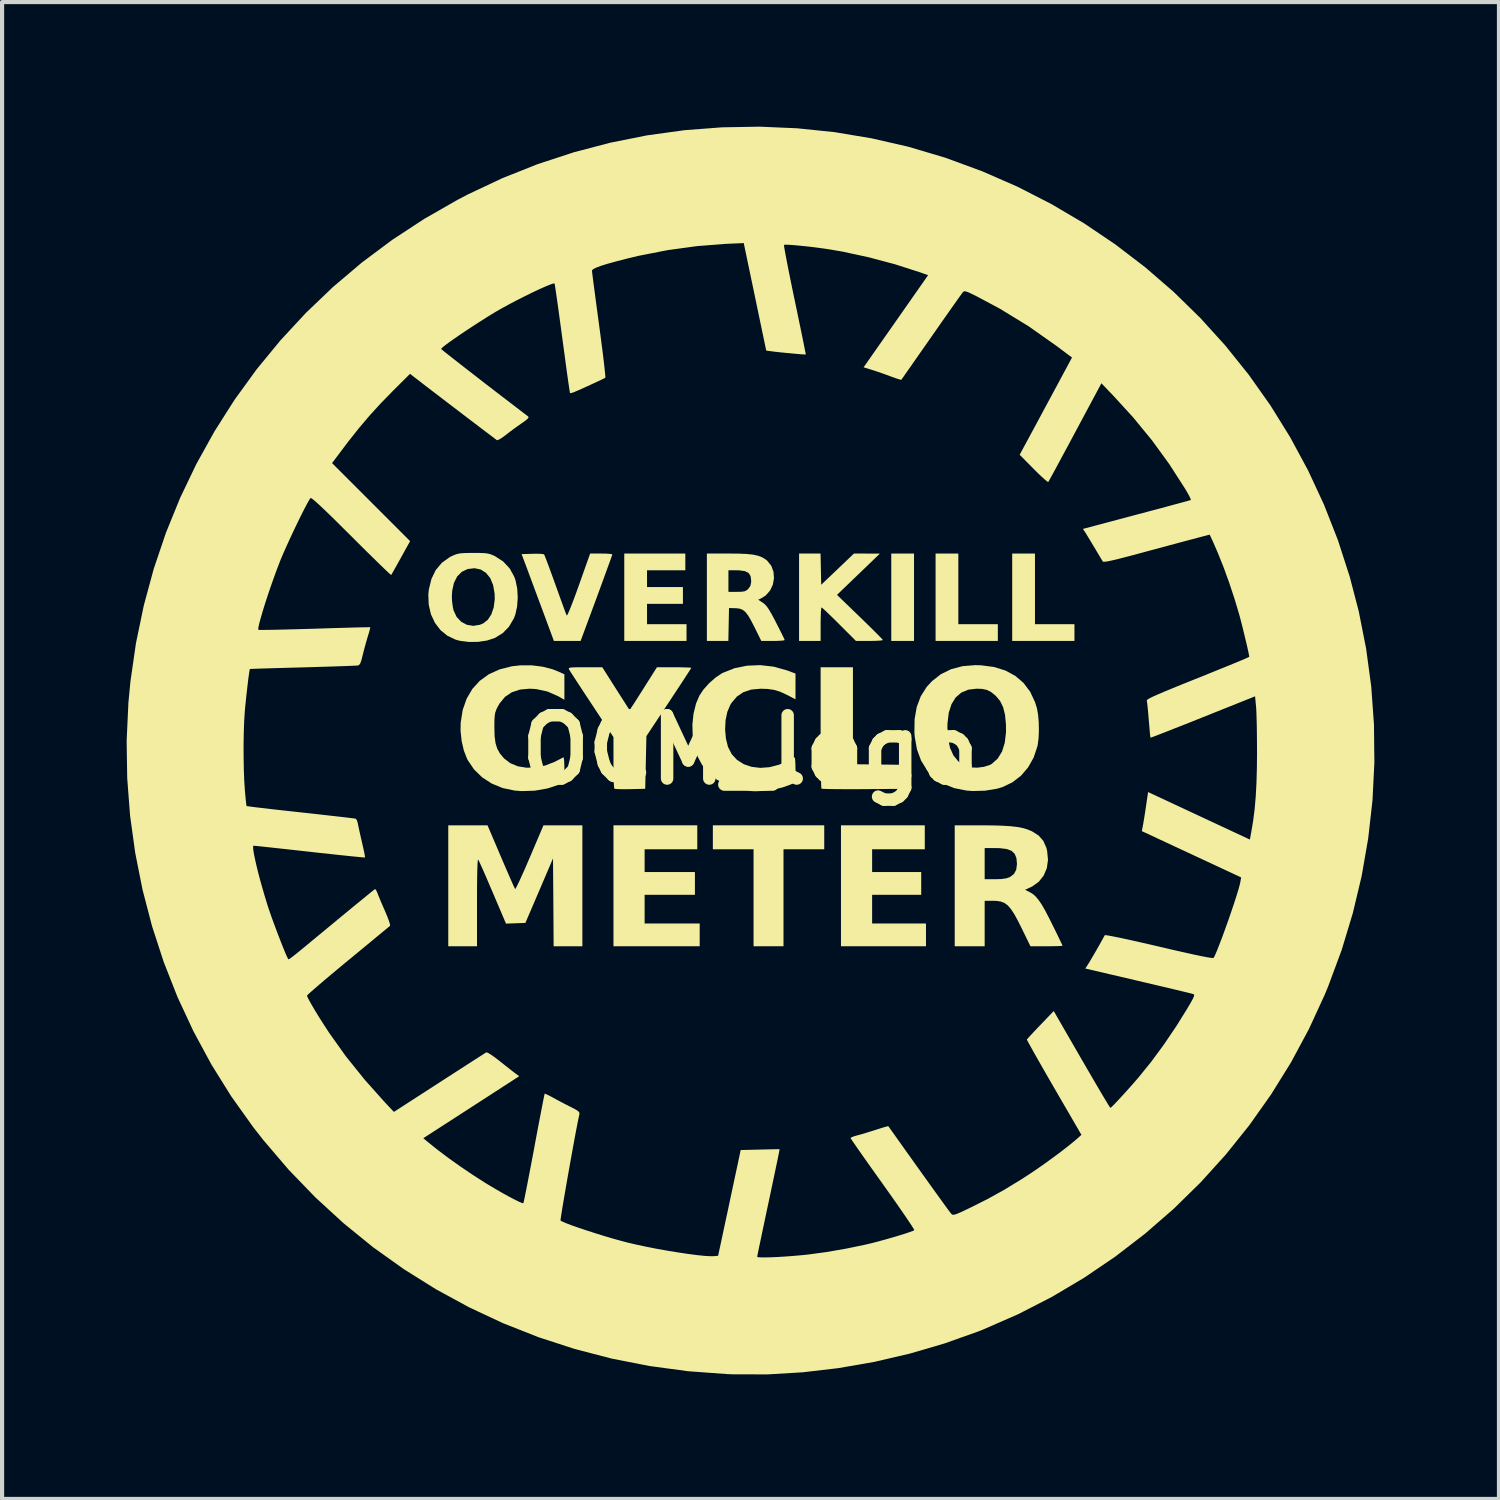
<source format=kicad_pcb>
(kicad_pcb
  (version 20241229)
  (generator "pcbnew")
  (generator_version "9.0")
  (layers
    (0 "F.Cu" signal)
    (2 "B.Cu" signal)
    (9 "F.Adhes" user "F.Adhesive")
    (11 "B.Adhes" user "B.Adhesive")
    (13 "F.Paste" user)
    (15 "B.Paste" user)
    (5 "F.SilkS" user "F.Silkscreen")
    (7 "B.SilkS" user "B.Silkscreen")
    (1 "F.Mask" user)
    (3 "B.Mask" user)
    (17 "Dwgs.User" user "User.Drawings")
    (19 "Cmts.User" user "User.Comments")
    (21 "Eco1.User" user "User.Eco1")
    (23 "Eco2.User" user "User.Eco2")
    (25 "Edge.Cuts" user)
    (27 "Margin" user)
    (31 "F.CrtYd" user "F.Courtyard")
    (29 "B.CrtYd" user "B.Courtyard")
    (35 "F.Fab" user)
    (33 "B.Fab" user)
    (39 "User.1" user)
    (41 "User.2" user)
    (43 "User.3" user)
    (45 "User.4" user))
  (footprint "OCM_logo"
    (layer "F.Cu")
    (at 15.009 15.007)
    (property "Reference" "OCM_logo" (at 0 0 0) (layer "F.SilkS") (effects (font (size 1.524 1.524) (thickness 0.3))))
    (attr board_only exclude_from_pos_files exclude_from_bom)
    (fp_poly (pts (xy 3.95 -2.624) (xy 3.402 -2.624) (xy 3.402 -4.728) (xy 3.95 -4.728)) (stroke (width 0) (type solid)) (fill yes) (layer "F.SilkS"))
    (fp_poly (pts (xy 5.017 -3.027) (xy 5.968 -3.027) (xy 5.968 -2.624) (xy 4.469 -2.624) (xy 4.469 -4.728) (xy 5.017 -4.728)) (stroke (width 0) (type solid)) (fill yes) (layer "F.SilkS"))
    (fp_poly (pts (xy 6.862 -3.027) (xy 7.813 -3.027) (xy 7.813 -2.624) (xy 6.314 -2.624) (xy 6.314 -4.728) (xy 6.862 -4.728)) (stroke (width 0) (type solid)) (fill yes) (layer "F.SilkS"))
    (fp_poly (pts (xy 1.788 2.393) (xy 0.807 2.393) (xy 0.807 4.728) (xy 0.086 4.728) (xy 0.086 2.393) (xy -0.894 2.393) (xy -0.894 1.816) (xy 1.788 1.816)) (stroke (width 0) (type solid)) (fill yes) (layer "F.SilkS"))
    (fp_poly (pts (xy -1.557 -4.325) (xy -2.479 -4.325) (xy -2.479 -3.921) (xy -1.615 -3.921) (xy -1.615 -3.517) (xy -2.479 -3.517) (xy -2.479 -3.027) (xy -1.528 -3.027) (xy -1.528 -2.624) (xy -3.027 -2.624) (xy -3.027 -4.728) (xy -1.557 -4.728)) (stroke (width 0) (type solid)) (fill yes) (layer "F.SilkS"))
    (fp_poly (pts (xy -1.269 2.393) (xy -2.537 2.393) (xy -2.537 2.941) (xy -1.326 2.941) (xy -1.326 3.489) (xy -2.537 3.489) (xy -2.537 4.18) (xy -1.211 4.18) (xy -1.211 4.728) (xy -3.287 4.728) (xy -3.287 1.816) (xy -1.269 1.816)) (stroke (width 0) (type solid)) (fill yes) (layer "F.SilkS"))
    (fp_poly (pts (xy 4.209 2.393) (xy 2.941 2.393) (xy 2.941 2.941) (xy 4.123 2.941) (xy 4.123 3.489) (xy 2.941 3.489) (xy 2.941 4.18) (xy 4.238 4.18) (xy 4.238 4.728) (xy 2.191 4.728) (xy 2.191 1.816) (xy 4.209 1.816)) (stroke (width 0) (type solid)) (fill yes) (layer "F.SilkS"))
    (fp_poly (pts (xy 2.479 0.345) (xy 3.791 0.36) (xy 3.791 0.937) (xy 2.766 0.945) (xy 2.528 0.946) (xy 2.309 0.946) (xy 2.114 0.945) (xy 1.952 0.943) (xy 1.828 0.94) (xy 1.748 0.937) (xy 1.721 0.933) (xy 1.717 0.901) (xy 1.713 0.817) (xy 1.71 0.686) (xy 1.707 0.515) (xy 1.705 0.308) (xy 1.703 0.071) (xy 1.702 -0.191) (xy 1.701 -0.471) (xy 1.701 -0.538) (xy 1.701 -1.989) (xy 2.479 -1.989)) (stroke (width 0) (type solid)) (fill yes) (layer "F.SilkS"))
    (fp_poly (pts (xy 1.707 -4.352) (xy 1.715 -3.977) (xy 2.109 -4.352) (xy 2.503 -4.728) (xy 3.128 -4.727) (xy 2.612 -4.23) (xy 2.095 -3.733) (xy 2.647 -3.2) (xy 2.794 -3.057) (xy 2.926 -2.928) (xy 3.038 -2.816) (xy 3.125 -2.728) (xy 3.181 -2.669) (xy 3.2 -2.645) (xy 3.173 -2.637) (xy 3.1 -2.63) (xy 2.993 -2.625) (xy 2.875 -2.624) (xy 2.551 -2.624) (xy 2.148 -3.027) (xy 2.023 -3.151) (xy 1.912 -3.259) (xy 1.821 -3.346) (xy 1.756 -3.405) (xy 1.725 -3.43) (xy 1.723 -3.431) (xy 1.715 -3.404) (xy 1.708 -3.329) (xy 1.704 -3.218) (xy 1.701 -3.08) (xy 1.701 -3.027) (xy 1.701 -2.624) (xy 1.182 -2.624) (xy 1.182 -4.728) (xy 1.699 -4.728)) (stroke (width 0) (type solid)) (fill yes) (layer "F.SilkS"))
    (fp_poly (pts (xy -5.997 2.573) (xy -5.913 2.769) (xy -5.836 2.947) (xy -5.769 3.101) (xy -5.715 3.224) (xy -5.676 3.309) (xy -5.656 3.349) (xy -5.655 3.351) (xy -5.639 3.331) (xy -5.604 3.264) (xy -5.552 3.157) (xy -5.488 3.015) (xy -5.412 2.846) (xy -5.33 2.655) (xy -5.304 2.595) (xy -4.973 1.817) (xy -4.505 1.817) (xy -4.036 1.816) (xy -4.036 4.728) (xy -4.728 4.728) (xy -4.735 3.671) (xy -4.743 2.613) (xy -5.075 3.39) (xy -5.408 4.166) (xy -5.875 4.183) (xy -6.198 3.425) (xy -6.282 3.229) (xy -6.359 3.049) (xy -6.427 2.894) (xy -6.483 2.77) (xy -6.523 2.683) (xy -6.545 2.642) (xy -6.547 2.639) (xy -6.554 2.66) (xy -6.56 2.735) (xy -6.565 2.861) (xy -6.569 3.035) (xy -6.572 3.253) (xy -6.573 3.512) (xy -6.573 3.67) (xy -6.573 4.728) (xy -7.265 4.728) (xy -7.265 1.816) (xy -6.32 1.816)) (stroke (width 0) (type solid)) (fill yes) (layer "F.SilkS"))
    (fp_poly (pts (xy -3.466 -4.726) (xy -3.376 -4.72) (xy -3.323 -4.712) (xy -3.315 -4.707) (xy -3.325 -4.676) (xy -3.352 -4.597) (xy -3.396 -4.476) (xy -3.453 -4.319) (xy -3.521 -4.132) (xy -3.598 -3.921) (xy -3.683 -3.692) (xy -3.696 -3.654) (xy -4.078 -2.624) (xy -4.722 -2.624) (xy -5.018 -3.424) (xy -5.099 -3.641) (xy -5.178 -3.853) (xy -5.251 -4.051) (xy -5.316 -4.225) (xy -5.368 -4.365) (xy -5.404 -4.462) (xy -5.407 -4.469) (xy -5.499 -4.714) (xy -5.239 -4.722) (xy -5.121 -4.724) (xy -5.026 -4.72) (xy -4.968 -4.712) (xy -4.958 -4.708) (xy -4.943 -4.675) (xy -4.912 -4.596) (xy -4.867 -4.478) (xy -4.811 -4.327) (xy -4.747 -4.151) (xy -4.685 -3.979) (xy -4.616 -3.787) (xy -4.553 -3.612) (xy -4.498 -3.461) (xy -4.455 -3.343) (xy -4.425 -3.265) (xy -4.413 -3.235) (xy -4.398 -3.25) (xy -4.367 -3.315) (xy -4.322 -3.423) (xy -4.265 -3.569) (xy -4.198 -3.747) (xy -4.124 -3.952) (xy -4.121 -3.962) (xy -3.849 -4.728) (xy -3.582 -4.728)) (stroke (width 0) (type solid)) (fill yes) (layer "F.SilkS"))
    (fp_poly (pts (xy -3.228 -1.473) (xy -2.899 -0.957) (xy -2.839 -1.048) (xy -2.803 -1.102) (xy -2.744 -1.195) (xy -2.667 -1.316) (xy -2.578 -1.456) (xy -2.51 -1.564) (xy -2.241 -1.989) (xy -1.827 -1.989) (xy -1.68 -1.989) (xy -1.556 -1.986) (xy -1.465 -1.983) (xy -1.417 -1.979) (xy -1.413 -1.977) (xy -1.428 -1.951) (xy -1.472 -1.882) (xy -1.54 -1.777) (xy -1.629 -1.64) (xy -1.735 -1.479) (xy -1.855 -1.297) (xy -1.953 -1.148) (xy -2.494 -0.332) (xy -2.508 0.303) (xy -2.523 0.937) (xy -2.885 0.945) (xy -3.024 0.947) (xy -3.141 0.945) (xy -3.226 0.941) (xy -3.266 0.934) (xy -3.267 0.933) (xy -3.273 0.899) (xy -3.278 0.817) (xy -3.282 0.694) (xy -3.285 0.54) (xy -3.287 0.364) (xy -3.287 0.303) (xy -3.287 -0.307) (xy -3.805 -1.092) (xy -3.932 -1.284) (xy -4.049 -1.462) (xy -4.153 -1.621) (xy -4.24 -1.754) (xy -4.305 -1.854) (xy -4.344 -1.917) (xy -4.354 -1.933) (xy -4.364 -1.955) (xy -4.359 -1.97) (xy -4.332 -1.98) (xy -4.275 -1.986) (xy -4.179 -1.989) (xy -4.036 -1.989) (xy -3.97 -1.989) (xy -3.556 -1.989)) (stroke (width 0) (type solid)) (fill yes) (layer "F.SilkS"))
    (fp_poly (pts (xy 0.566 -2.005) (xy 0.88 -1.918) (xy 0.895 -1.913) (xy 1.096 -1.838) (xy 1.096 -1.218) (xy 0.915 -1.313) (xy 0.744 -1.394) (xy 0.586 -1.444) (xy 0.419 -1.468) (xy 0.26 -1.473) (xy 0.032 -1.453) (xy -0.158 -1.391) (xy -0.316 -1.283) (xy -0.447 -1.129) (xy -0.476 -1.081) (xy -0.546 -0.914) (xy -0.588 -0.713) (xy -0.599 -0.494) (xy -0.58 -0.275) (xy -0.53 -0.073) (xy -0.441 0.101) (xy -0.312 0.241) (xy -0.15 0.344) (xy 0.04 0.408) (xy 0.249 0.433) (xy 0.472 0.416) (xy 0.702 0.356) (xy 0.894 0.271) (xy 0.98 0.226) (xy 1.046 0.192) (xy 1.074 0.178) (xy 1.083 0.201) (xy 1.09 0.27) (xy 1.094 0.374) (xy 1.096 0.475) (xy 1.096 0.782) (xy 0.97 0.837) (xy 0.78 0.905) (xy 0.559 0.956) (xy 0.332 0.988) (xy 0.12 0.996) (xy 0.029 0.991) (xy -0.29 0.936) (xy -0.567 0.844) (xy -0.806 0.711) (xy -1.009 0.538) (xy -1.156 0.357) (xy -1.263 0.155) (xy -1.338 -0.081) (xy -1.379 -0.339) (xy -1.387 -0.606) (xy -1.36 -0.87) (xy -1.299 -1.117) (xy -1.217 -1.309) (xy -1.118 -1.456) (xy -0.983 -1.606) (xy -0.83 -1.741) (xy -0.678 -1.843) (xy -0.657 -1.854) (xy -0.375 -1.966) (xy -0.07 -2.028) (xy 0.246 -2.041)) (stroke (width 0) (type solid)) (fill yes) (layer "F.SilkS"))
    (fp_poly (pts (xy -0.27 -4.726) (xy -0.079 -4.718) (xy 0.071 -4.702) (xy 0.19 -4.677) (xy 0.285 -4.641) (xy 0.366 -4.594) (xy 0.417 -4.553) (xy 0.513 -4.433) (xy 0.566 -4.289) (xy 0.578 -4.133) (xy 0.55 -3.978) (xy 0.484 -3.837) (xy 0.381 -3.721) (xy 0.3 -3.667) (xy 0.199 -3.615) (xy 0.308 -3.545) (xy 0.357 -3.507) (xy 0.404 -3.455) (xy 0.457 -3.379) (xy 0.52 -3.271) (xy 0.6 -3.122) (xy 0.626 -3.07) (xy 0.697 -2.931) (xy 0.758 -2.81) (xy 0.804 -2.716) (xy 0.831 -2.658) (xy 0.835 -2.645) (xy 0.809 -2.636) (xy 0.737 -2.629) (xy 0.632 -2.624) (xy 0.554 -2.624) (xy 0.272 -2.624) (xy 0.115 -2.942) (xy 0.028 -3.112) (xy -0.045 -3.236) (xy -0.11 -3.32) (xy -0.176 -3.373) (xy -0.248 -3.401) (xy -0.335 -3.412) (xy -0.351 -3.412) (xy -0.505 -3.416) (xy -0.513 -3.02) (xy -0.521 -2.624) (xy -1.038 -2.624) (xy -1.038 -3.806) (xy -0.519 -3.806) (xy -0.316 -3.806) (xy -0.204 -3.808) (xy -0.131 -3.819) (xy -0.081 -3.843) (xy -0.042 -3.876) (xy 0.008 -3.946) (xy 0.028 -4.034) (xy 0.029 -4.076) (xy 0.015 -4.185) (xy -0.033 -4.259) (xy -0.119 -4.304) (xy -0.251 -4.323) (xy -0.321 -4.325) (xy -0.519 -4.325) (xy -0.519 -3.806) (xy -1.038 -3.806) (xy -1.038 -4.728) (xy -0.51 -4.728)) (stroke (width 0) (type solid)) (fill yes) (layer "F.SilkS"))
    (fp_poly (pts (xy -5.259 -2.037) (xy -4.996 -2.004) (xy -4.754 -1.942) (xy -4.625 -1.891) (xy -4.469 -1.82) (xy -4.469 -1.207) (xy -4.62 -1.293) (xy -4.877 -1.406) (xy -5.151 -1.465) (xy -5.303 -1.474) (xy -5.537 -1.453) (xy -5.734 -1.388) (xy -5.898 -1.278) (xy -6.029 -1.12) (xy -6.085 -1.022) (xy -6.115 -0.954) (xy -6.136 -0.889) (xy -6.148 -0.812) (xy -6.154 -0.708) (xy -6.155 -0.564) (xy -6.155 -0.533) (xy -6.149 -0.326) (xy -6.127 -0.162) (xy -6.086 -0.029) (xy -6.021 0.087) (xy -5.928 0.198) (xy -5.917 0.209) (xy -5.768 0.322) (xy -5.586 0.396) (xy -5.379 0.429) (xy -5.156 0.422) (xy -4.927 0.375) (xy -4.7 0.286) (xy -4.663 0.267) (xy -4.578 0.223) (xy -4.515 0.19) (xy -4.49 0.178) (xy -4.482 0.201) (xy -4.475 0.27) (xy -4.47 0.374) (xy -4.469 0.474) (xy -4.469 0.78) (xy -4.6 0.837) (xy -4.879 0.929) (xy -5.184 0.982) (xy -5.497 0.992) (xy -5.668 0.979) (xy -5.957 0.918) (xy -6.219 0.81) (xy -6.45 0.66) (xy -6.645 0.47) (xy -6.797 0.244) (xy -6.813 0.214) (xy -6.89 0.016) (xy -6.943 -0.215) (xy -6.969 -0.457) (xy -6.966 -0.656) (xy -6.918 -0.961) (xy -6.823 -1.232) (xy -6.685 -1.468) (xy -6.505 -1.665) (xy -6.284 -1.824) (xy -6.025 -1.94) (xy -5.731 -2.014) (xy -5.521 -2.037)) (stroke (width 0) (type solid)) (fill yes) (layer "F.SilkS"))
    (fp_poly (pts (xy -6.506 -4.742) (xy -6.396 -4.738) (xy -6.314 -4.728) (xy -6.247 -4.711) (xy -6.181 -4.684) (xy -6.135 -4.662) (xy -5.942 -4.536) (xy -5.786 -4.369) (xy -5.676 -4.169) (xy -5.647 -4.089) (xy -5.605 -3.887) (xy -5.592 -3.667) (xy -5.608 -3.451) (xy -5.651 -3.256) (xy -5.685 -3.168) (xy -5.803 -2.967) (xy -5.952 -2.813) (xy -6.139 -2.698) (xy -6.148 -2.694) (xy -6.331 -2.634) (xy -6.545 -2.602) (xy -6.768 -2.599) (xy -6.981 -2.626) (xy -7.083 -2.653) (xy -7.284 -2.747) (xy -7.453 -2.885) (xy -7.587 -3.061) (xy -7.683 -3.267) (xy -7.736 -3.498) (xy -7.743 -3.69) (xy -7.179 -3.69) (xy -7.172 -3.563) (xy -7.154 -3.433) (xy -7.136 -3.356) (xy -7.064 -3.202) (xy -6.955 -3.086) (xy -6.819 -3.013) (xy -6.666 -2.987) (xy -6.505 -3.012) (xy -6.425 -3.045) (xy -6.314 -3.132) (xy -6.228 -3.263) (xy -6.171 -3.431) (xy -6.146 -3.626) (xy -6.149 -3.764) (xy -6.185 -3.969) (xy -6.254 -4.136) (xy -6.355 -4.262) (xy -6.482 -4.343) (xy -6.631 -4.375) (xy -6.799 -4.355) (xy -6.799 -4.355) (xy -6.94 -4.288) (xy -7.051 -4.176) (xy -7.129 -4.021) (xy -7.171 -3.829) (xy -7.179 -3.69) (xy -7.743 -3.69) (xy -7.745 -3.747) (xy -7.732 -3.867) (xy -7.67 -4.118) (xy -7.566 -4.331) (xy -7.42 -4.505) (xy -7.233 -4.64) (xy -7.179 -4.667) (xy -7.107 -4.699) (xy -7.04 -4.721) (xy -6.966 -4.734) (xy -6.868 -4.74) (xy -6.733 -4.743) (xy -6.66 -4.743)) (stroke (width 0) (type solid)) (fill yes) (layer "F.SilkS"))
    (fp_poly (pts (xy 5.835 1.818) (xy 6.073 1.825) (xy 6.268 1.837) (xy 6.429 1.855) (xy 6.563 1.88) (xy 6.678 1.914) (xy 6.782 1.956) (xy 6.793 1.962) (xy 6.951 2.062) (xy 7.063 2.19) (xy 7.136 2.356) (xy 7.154 2.426) (xy 7.176 2.645) (xy 7.148 2.847) (xy 7.072 3.026) (xy 6.953 3.176) (xy 6.792 3.291) (xy 6.749 3.311) (xy 6.623 3.368) (xy 6.739 3.427) (xy 6.812 3.471) (xy 6.88 3.531) (xy 6.949 3.613) (xy 7.024 3.723) (xy 7.108 3.869) (xy 7.206 4.057) (xy 7.283 4.212) (xy 7.359 4.365) (xy 7.425 4.501) (xy 7.477 4.609) (xy 7.512 4.683) (xy 7.525 4.714) (xy 7.525 4.715) (xy 7.498 4.72) (xy 7.424 4.724) (xy 7.313 4.727) (xy 7.176 4.728) (xy 7.139 4.728) (xy 6.753 4.728) (xy 6.56 4.332) (xy 6.454 4.119) (xy 6.364 3.954) (xy 6.282 3.83) (xy 6.205 3.742) (xy 6.125 3.684) (xy 6.037 3.651) (xy 5.935 3.636) (xy 5.845 3.633) (xy 5.651 3.633) (xy 5.651 4.728) (xy 4.93 4.728) (xy 4.93 2.364) (xy 5.651 2.364) (xy 5.651 3.114) (xy 5.903 3.114) (xy 6.06 3.109) (xy 6.173 3.092) (xy 6.256 3.063) (xy 6.355 2.989) (xy 6.411 2.886) (xy 6.429 2.748) (xy 6.416 2.607) (xy 6.374 2.502) (xy 6.297 2.43) (xy 6.178 2.386) (xy 6.013 2.366) (xy 5.918 2.364) (xy 5.651 2.364) (xy 4.93 2.364) (xy 4.93 1.816) (xy 5.548 1.816)) (stroke (width 0) (type solid)) (fill yes) (layer "F.SilkS"))
    (fp_poly (pts (xy 5.568 -2.037) (xy 5.878 -1.996) (xy 6.152 -1.911) (xy 6.389 -1.782) (xy 6.587 -1.612) (xy 6.747 -1.4) (xy 6.865 -1.147) (xy 6.91 -1.001) (xy 6.937 -0.851) (xy 6.953 -0.666) (xy 6.957 -0.468) (xy 6.949 -0.279) (xy 6.928 -0.119) (xy 6.921 -0.086) (xy 6.831 0.183) (xy 6.697 0.421) (xy 6.525 0.622) (xy 6.317 0.782) (xy 6.079 0.896) (xy 5.951 0.934) (xy 5.66 0.982) (xy 5.358 0.99) (xy 5.212 0.979) (xy 4.918 0.92) (xy 4.66 0.817) (xy 4.44 0.671) (xy 4.26 0.484) (xy 4.12 0.257) (xy 4.022 -0.007) (xy 3.968 -0.309) (xy 3.959 -0.416) (xy 3.961 -0.549) (xy 4.753 -0.549) (xy 4.769 -0.276) (xy 4.817 -0.049) (xy 4.899 0.134) (xy 5.016 0.276) (xy 5.17 0.379) (xy 5.19 0.388) (xy 5.317 0.422) (xy 5.472 0.428) (xy 5.63 0.408) (xy 5.769 0.365) (xy 5.823 0.336) (xy 5.965 0.209) (xy 6.069 0.04) (xy 6.135 -0.171) (xy 6.165 -0.425) (xy 6.163 -0.62) (xy 6.141 -0.847) (xy 6.095 -1.03) (xy 6.022 -1.178) (xy 5.919 -1.301) (xy 5.905 -1.313) (xy 5.802 -1.396) (xy 5.703 -1.445) (xy 5.588 -1.469) (xy 5.455 -1.474) (xy 5.255 -1.45) (xy 5.087 -1.379) (xy 4.952 -1.262) (xy 4.852 -1.1) (xy 4.786 -0.893) (xy 4.756 -0.641) (xy 4.753 -0.549) (xy 3.961 -0.549) (xy 3.964 -0.741) (xy 4.015 -1.033) (xy 4.112 -1.291) (xy 4.256 -1.518) (xy 4.381 -1.654) (xy 4.597 -1.823) (xy 4.842 -1.943) (xy 5.117 -2.016) (xy 5.423 -2.041)) (stroke (width 0) (type solid)) (fill yes) (layer "F.SilkS"))
    (fp_poly (pts (xy 1.135 -14.968) (xy 2.036 -14.875) (xy 2.93 -14.726) (xy 3.815 -14.523) (xy 4.687 -14.264) (xy 4.714 -14.255) (xy 5.591 -13.933) (xy 6.44 -13.562) (xy 7.258 -13.143) (xy 8.045 -12.679) (xy 8.798 -12.171) (xy 9.517 -11.621) (xy 10.199 -11.031) (xy 10.843 -10.401) (xy 11.447 -9.735) (xy 12.01 -9.033) (xy 12.531 -8.297) (xy 13.007 -7.529) (xy 13.438 -6.731) (xy 13.822 -5.905) (xy 14.157 -5.051) (xy 14.441 -4.172) (xy 14.657 -3.344) (xy 14.836 -2.439) (xy 14.959 -1.528) (xy 15.025 -0.613) (xy 15.035 0.304) (xy 14.989 1.219) (xy 14.886 2.131) (xy 14.729 3.036) (xy 14.515 3.933) (xy 14.247 4.819) (xy 13.923 5.692) (xy 13.838 5.898) (xy 13.457 6.725) (xy 13.027 7.525) (xy 12.548 8.296) (xy 12.024 9.037) (xy 11.457 9.744) (xy 10.849 10.416) (xy 10.201 11.051) (xy 9.517 11.646) (xy 8.799 12.199) (xy 8.048 12.709) (xy 7.268 13.172) (xy 6.459 13.587) (xy 5.625 13.952) (xy 5.492 14.005) (xy 4.679 14.294) (xy 3.844 14.538) (xy 2.994 14.736) (xy 2.137 14.885) (xy 1.28 14.986) (xy 0.43 15.037) (xy -0.405 15.036) (xy -0.548 15.03) (xy -1.489 14.961) (xy -2.416 14.836) (xy -3.326 14.658) (xy -4.218 14.426) (xy -5.089 14.143) (xy -5.938 13.808) (xy -6.763 13.422) (xy -7.562 12.987) (xy -8.334 12.504) (xy -9.077 11.974) (xy -9.788 11.396) (xy -10.467 10.773) (xy -11.111 10.106) (xy -11.718 9.395) (xy -11.963 9.082) (xy -12.49 8.343) (xy -12.97 7.573) (xy -13.401 6.775) (xy -13.784 5.953) (xy -14.116 5.109) (xy -14.397 4.247) (xy -14.626 3.37) (xy -14.803 2.48) (xy -14.927 1.582) (xy -14.996 0.677) (xy -15.008 -0.125) (xy -12.194 -0.125) (xy -12.193 0.175) (xy -12.188 0.468) (xy -12.178 0.737) (xy -12.164 0.953) (xy -12.152 1.096) (xy -12.14 1.217) (xy -12.13 1.305) (xy -12.123 1.349) (xy -12.122 1.352) (xy -12.092 1.357) (xy -12.01 1.368) (xy -11.883 1.384) (xy -11.715 1.403) (xy -11.514 1.427) (xy -11.284 1.453) (xy -11.031 1.481) (xy -10.819 1.504) (xy -10.552 1.533) (xy -10.302 1.561) (xy -10.075 1.587) (xy -9.877 1.609) (xy -9.714 1.628) (xy -9.592 1.643) (xy -9.517 1.653) (xy -9.494 1.657) (xy -9.467 1.691) (xy -9.445 1.759) (xy -9.441 1.779) (xy -9.427 1.85) (xy -9.403 1.962) (xy -9.372 2.098) (xy -9.341 2.234) (xy -9.311 2.367) (xy -9.287 2.478) (xy -9.273 2.556) (xy -9.269 2.59) (xy -9.27 2.59) (xy -9.299 2.589) (xy -9.381 2.582) (xy -9.508 2.57) (xy -9.675 2.553) (xy -9.877 2.532) (xy -10.108 2.507) (xy -10.362 2.48) (xy -10.601 2.453) (xy -10.871 2.423) (xy -11.124 2.395) (xy -11.354 2.37) (xy -11.556 2.348) (xy -11.722 2.33) (xy -11.848 2.317) (xy -11.928 2.309) (xy -11.955 2.306) (xy -11.965 2.333) (xy -11.96 2.408) (xy -11.941 2.524) (xy -11.909 2.676) (xy -11.867 2.856) (xy -11.816 3.057) (xy -11.756 3.274) (xy -11.691 3.498) (xy -11.622 3.725) (xy -11.601 3.791) (xy -11.56 3.912) (xy -11.508 4.06) (xy -11.447 4.225) (xy -11.383 4.397) (xy -11.318 4.565) (xy -11.257 4.721) (xy -11.203 4.854) (xy -11.161 4.954) (xy -11.133 5.01) (xy -11.131 5.014) (xy -11.126 5.025) (xy -11.123 5.035) (xy -11.117 5.041) (xy -11.106 5.04) (xy -11.084 5.029) (xy -11.05 5.005) (xy -10.999 4.966) (xy -10.926 4.909) (xy -10.83 4.831) (xy -10.705 4.728) (xy -10.549 4.599) (xy -10.357 4.44) (xy -10.125 4.249) (xy -10.008 4.152) (xy -9.805 3.984) (xy -9.617 3.829) (xy -9.446 3.689) (xy -9.298 3.568) (xy -9.178 3.47) (xy -9.09 3.399) (xy -9.039 3.359) (xy -9.028 3.351) (xy -9.006 3.37) (xy -8.978 3.428) (xy -8.969 3.452) (xy -8.942 3.521) (xy -8.898 3.628) (xy -8.842 3.758) (xy -8.786 3.887) (xy -8.732 4.015) (xy -8.692 4.122) (xy -8.669 4.199) (xy -8.667 4.235) (xy -8.667 4.236) (xy -8.694 4.259) (xy -8.761 4.314) (xy -8.863 4.398) (xy -8.996 4.508) (xy -9.154 4.639) (xy -9.334 4.787) (xy -9.531 4.95) (xy -9.68 5.072) (xy -9.885 5.242) (xy -10.076 5.401) (xy -10.248 5.546) (xy -10.396 5.673) (xy -10.517 5.777) (xy -10.605 5.855) (xy -10.656 5.904) (xy -10.667 5.918) (xy -10.652 5.959) (xy -10.61 6.04) (xy -10.546 6.153) (xy -10.465 6.29) (xy -10.372 6.442) (xy -10.27 6.602) (xy -10.166 6.762) (xy -10.139 6.804) (xy -9.733 7.375) (xy -9.279 7.94) (xy -8.789 8.489) (xy -8.574 8.717) (xy -7.48 8.01) (xy -7.254 7.864) (xy -7.041 7.727) (xy -6.849 7.603) (xy -6.68 7.494) (xy -6.541 7.405) (xy -6.436 7.338) (xy -6.371 7.296) (xy -6.351 7.283) (xy -6.314 7.292) (xy -6.24 7.336) (xy -6.135 7.41) (xy -6.016 7.502) (xy -5.897 7.597) (xy -5.787 7.683) (xy -5.698 7.753) (xy -5.641 7.796) (xy -5.637 7.799) (xy -5.557 7.857) (xy -6.711 8.604) (xy -7.866 9.35) (xy -7.746 9.451) (xy -7.513 9.637) (xy -7.244 9.839) (xy -6.952 10.046) (xy -6.652 10.248) (xy -6.358 10.436) (xy -6.293 10.475) (xy -6.13 10.572) (xy -5.969 10.665) (xy -5.817 10.749) (xy -5.682 10.82) (xy -5.572 10.875) (xy -5.495 10.908) (xy -5.459 10.917) (xy -5.458 10.916) (xy -5.449 10.885) (xy -5.431 10.803) (xy -5.405 10.676) (xy -5.372 10.509) (xy -5.333 10.308) (xy -5.289 10.079) (xy -5.241 9.827) (xy -5.197 9.594) (xy -5.148 9.328) (xy -5.101 9.079) (xy -5.058 8.854) (xy -5.02 8.658) (xy -4.989 8.497) (xy -4.965 8.376) (xy -4.949 8.301) (xy -4.944 8.278) (xy -4.915 8.286) (xy -4.85 8.317) (xy -4.762 8.363) (xy -4.751 8.369) (xy -4.636 8.432) (xy -4.496 8.506) (xy -4.358 8.577) (xy -4.331 8.59) (xy -4.219 8.648) (xy -4.149 8.69) (xy -4.115 8.723) (xy -4.106 8.754) (xy -4.108 8.773) (xy -4.127 8.86) (xy -4.153 8.989) (xy -4.185 9.154) (xy -4.221 9.346) (xy -4.26 9.559) (xy -4.301 9.786) (xy -4.343 10.02) (xy -4.385 10.255) (xy -4.425 10.484) (xy -4.462 10.699) (xy -4.495 10.893) (xy -4.523 11.061) (xy -4.544 11.194) (xy -4.558 11.286) (xy -4.563 11.33) (xy -4.562 11.333) (xy -4.513 11.361) (xy -4.417 11.401) (xy -4.282 11.452) (xy -4.116 11.51) (xy -3.928 11.573) (xy -3.725 11.638) (xy -3.517 11.703) (xy -3.312 11.764) (xy -3.117 11.818) (xy -2.951 11.862) (xy -2.73 11.914) (xy -2.488 11.965) (xy -2.235 12.015) (xy -1.977 12.061) (xy -1.725 12.102) (xy -1.487 12.137) (xy -1.272 12.165) (xy -1.088 12.184) (xy -0.945 12.192) (xy -0.861 12.19) (xy -0.767 12.181) (xy -0.576 11.287) (xy -0.524 11.046) (xy -0.473 10.803) (xy -0.423 10.57) (xy -0.378 10.357) (xy -0.339 10.177) (xy -0.31 10.039) (xy -0.304 10.014) (xy -0.224 9.635) (xy 0.241 9.624) (xy 0.398 9.62) (xy 0.533 9.617) (xy 0.637 9.615) (xy 0.699 9.615) (xy 0.713 9.615) (xy 0.708 9.643) (xy 0.693 9.722) (xy 0.668 9.846) (xy 0.634 10.009) (xy 0.593 10.206) (xy 0.545 10.432) (xy 0.493 10.68) (xy 0.446 10.9) (xy 0.39 11.164) (xy 0.338 11.41) (xy 0.291 11.634) (xy 0.25 11.829) (xy 0.216 11.99) (xy 0.192 12.11) (xy 0.177 12.184) (xy 0.173 12.207) (xy 0.2 12.216) (xy 0.276 12.221) (xy 0.393 12.22) (xy 0.54 12.216) (xy 0.711 12.208) (xy 0.896 12.196) (xy 1.087 12.181) (xy 1.275 12.164) (xy 1.409 12.15) (xy 1.85 12.09) (xy 2.311 12.01) (xy 2.761 11.917) (xy 2.928 11.878) (xy 3.078 11.839) (xy 3.243 11.794) (xy 3.411 11.746) (xy 3.573 11.698) (xy 3.719 11.653) (xy 3.838 11.613) (xy 3.921 11.583) (xy 3.957 11.565) (xy 3.945 11.538) (xy 3.902 11.469) (xy 3.832 11.363) (xy 3.738 11.224) (xy 3.624 11.058) (xy 3.491 10.867) (xy 3.344 10.659) (xy 3.2 10.456) (xy 3.042 10.235) (xy 2.894 10.027) (xy 2.761 9.839) (xy 2.645 9.674) (xy 2.55 9.537) (xy 2.479 9.434) (xy 2.435 9.368) (xy 2.422 9.346) (xy 2.447 9.327) (xy 2.513 9.302) (xy 2.573 9.285) (xy 2.666 9.26) (xy 2.794 9.222) (xy 2.936 9.178) (xy 3.025 9.15) (xy 3.146 9.111) (xy 3.245 9.081) (xy 3.31 9.063) (xy 3.33 9.06) (xy 3.348 9.084) (xy 3.395 9.151) (xy 3.469 9.254) (xy 3.566 9.391) (xy 3.683 9.555) (xy 3.816 9.742) (xy 3.962 9.947) (xy 4.065 10.091) (xy 4.22 10.307) (xy 4.366 10.511) (xy 4.499 10.696) (xy 4.616 10.858) (xy 4.712 10.991) (xy 4.785 11.09) (xy 4.831 11.151) (xy 4.844 11.167) (xy 4.865 11.186) (xy 4.89 11.195) (xy 4.927 11.19) (xy 4.986 11.171) (xy 5.074 11.133) (xy 5.199 11.074) (xy 5.308 11.022) (xy 5.726 10.812) (xy 6.126 10.59) (xy 6.531 10.343) (xy 6.732 10.213) (xy 6.909 10.094) (xy 7.101 9.959) (xy 7.297 9.817) (xy 7.487 9.676) (xy 7.658 9.543) (xy 7.8 9.428) (xy 7.875 9.364) (xy 7.981 9.269) (xy 7.32 8.13) (xy 7.185 7.897) (xy 7.06 7.679) (xy 6.947 7.481) (xy 6.849 7.308) (xy 6.77 7.166) (xy 6.711 7.06) (xy 6.676 6.994) (xy 6.667 6.974) (xy 6.689 6.948) (xy 6.743 6.888) (xy 6.824 6.801) (xy 6.924 6.695) (xy 6.994 6.622) (xy 7.314 6.288) (xy 7.987 7.454) (xy 8.124 7.69) (xy 8.252 7.91) (xy 8.369 8.11) (xy 8.471 8.283) (xy 8.556 8.426) (xy 8.621 8.533) (xy 8.663 8.599) (xy 8.679 8.62) (xy 8.705 8.6) (xy 8.763 8.543) (xy 8.844 8.458) (xy 8.944 8.35) (xy 9.055 8.228) (xy 9.171 8.099) (xy 9.284 7.97) (xy 9.36 7.882) (xy 9.663 7.508) (xy 9.968 7.093) (xy 10.266 6.652) (xy 10.53 6.228) (xy 10.609 6.093) (xy 10.661 5.999) (xy 10.689 5.938) (xy 10.696 5.902) (xy 10.685 5.884) (xy 10.675 5.879) (xy 10.637 5.869) (xy 10.549 5.847) (xy 10.417 5.815) (xy 10.245 5.774) (xy 10.042 5.725) (xy 9.811 5.671) (xy 9.56 5.612) (xy 9.349 5.562) (xy 8.074 5.264) (xy 8.123 5.191) (xy 8.157 5.136) (xy 8.21 5.047) (xy 8.275 4.937) (xy 8.344 4.817) (xy 8.412 4.699) (xy 8.471 4.593) (xy 8.516 4.511) (xy 8.54 4.466) (xy 8.541 4.462) (xy 8.571 4.461) (xy 8.652 4.474) (xy 8.781 4.499) (xy 8.953 4.534) (xy 9.164 4.58) (xy 9.409 4.635) (xy 9.685 4.698) (xy 9.847 4.736) (xy 10.18 4.814) (xy 10.459 4.877) (xy 10.688 4.928) (xy 10.869 4.966) (xy 11.005 4.992) (xy 11.097 5.007) (xy 11.15 5.011) (xy 11.165 5.007) (xy 11.199 4.94) (xy 11.247 4.828) (xy 11.306 4.678) (xy 11.374 4.501) (xy 11.445 4.305) (xy 11.519 4.099) (xy 11.59 3.892) (xy 11.657 3.694) (xy 11.715 3.513) (xy 11.763 3.358) (xy 11.795 3.238) (xy 11.809 3.175) (xy 11.826 3.07) (xy 10.631 2.513) (xy 9.436 1.956) (xy 9.464 1.807) (xy 9.48 1.715) (xy 9.501 1.586) (xy 9.524 1.438) (xy 9.539 1.336) (xy 9.586 1.015) (xy 12.037 2.159) (xy 12.07 1.98) (xy 12.116 1.706) (xy 12.152 1.423) (xy 12.178 1.121) (xy 12.196 0.791) (xy 12.206 0.422) (xy 12.209 0.072) (xy 12.208 -0.16) (xy 12.206 -0.386) (xy 12.203 -0.596) (xy 12.198 -0.78) (xy 12.193 -0.928) (xy 12.187 -1.03) (xy 12.186 -1.041) (xy 12.162 -1.29) (xy 10.907 -0.788) (xy 10.653 -0.686) (xy 10.416 -0.592) (xy 10.201 -0.508) (xy 10.014 -0.434) (xy 9.859 -0.374) (xy 9.742 -0.329) (xy 9.669 -0.302) (xy 9.644 -0.294) (xy 9.639 -0.324) (xy 9.63 -0.402) (xy 9.62 -0.516) (xy 9.608 -0.656) (xy 9.602 -0.721) (xy 9.59 -0.873) (xy 9.577 -1.008) (xy 9.566 -1.112) (xy 9.557 -1.175) (xy 9.555 -1.186) (xy 9.56 -1.201) (xy 9.586 -1.222) (xy 9.637 -1.251) (xy 9.716 -1.289) (xy 9.828 -1.339) (xy 9.976 -1.402) (xy 10.164 -1.48) (xy 10.397 -1.575) (xy 10.679 -1.688) (xy 10.782 -1.729) (xy 11.034 -1.831) (xy 11.269 -1.926) (xy 11.481 -2.012) (xy 11.666 -2.088) (xy 11.818 -2.151) (xy 11.931 -2.199) (xy 12.001 -2.23) (xy 12.022 -2.241) (xy 12.016 -2.286) (xy 11.997 -2.375) (xy 11.97 -2.499) (xy 11.935 -2.645) (xy 11.897 -2.803) (xy 11.858 -2.963) (xy 11.82 -3.112) (xy 11.786 -3.241) (xy 11.777 -3.272) (xy 11.667 -3.64) (xy 11.541 -4.019) (xy 11.406 -4.393) (xy 11.266 -4.743) (xy 11.145 -5.021) (xy 11.069 -5.184) (xy 10.645 -5.072) (xy 10.503 -5.034) (xy 10.318 -4.985) (xy 10.102 -4.927) (xy 9.866 -4.863) (xy 9.622 -4.798) (xy 9.383 -4.733) (xy 9.37 -4.73) (xy 9.112 -4.661) (xy 8.904 -4.607) (xy 8.744 -4.568) (xy 8.628 -4.543) (xy 8.55 -4.531) (xy 8.507 -4.53) (xy 8.497 -4.535) (xy 8.474 -4.572) (xy 8.428 -4.648) (xy 8.366 -4.752) (xy 8.295 -4.872) (xy 8.294 -4.872) (xy 8.22 -4.997) (xy 8.151 -5.11) (xy 8.097 -5.199) (xy 8.066 -5.248) (xy 8.017 -5.321) (xy 9.306 -5.664) (xy 9.569 -5.734) (xy 9.815 -5.799) (xy 10.038 -5.859) (xy 10.233 -5.912) (xy 10.393 -5.955) (xy 10.515 -5.988) (xy 10.591 -6.01) (xy 10.616 -6.017) (xy 10.61 -6.044) (xy 10.579 -6.11) (xy 10.528 -6.203) (xy 10.478 -6.288) (xy 10.093 -6.886) (xy 9.679 -7.455) (xy 9.227 -8.006) (xy 8.748 -8.53) (xy 8.462 -8.828) (xy 7.831 -7.65) (xy 7.703 -7.41) (xy 7.582 -7.186) (xy 7.472 -6.982) (xy 7.376 -6.803) (xy 7.296 -6.656) (xy 7.235 -6.545) (xy 7.196 -6.475) (xy 7.182 -6.451) (xy 7.156 -6.464) (xy 7.098 -6.511) (xy 7.013 -6.588) (xy 6.91 -6.687) (xy 6.828 -6.769) (xy 6.494 -7.107) (xy 6.968 -7.986) (xy 7.087 -8.208) (xy 7.205 -8.427) (xy 7.317 -8.635) (xy 7.419 -8.824) (xy 7.504 -8.983) (xy 7.57 -9.106) (xy 7.598 -9.157) (xy 7.754 -9.448) (xy 7.387 -9.723) (xy 6.71 -10.2) (xy 6.017 -10.624) (xy 5.476 -10.913) (xy 5.345 -10.978) (xy 5.255 -11.02) (xy 5.197 -11.04) (xy 5.16 -11.043) (xy 5.136 -11.031) (xy 5.125 -11.019) (xy 5.1 -10.986) (xy 5.045 -10.91) (xy 4.965 -10.797) (xy 4.863 -10.653) (xy 4.742 -10.481) (xy 4.606 -10.288) (xy 4.46 -10.078) (xy 4.368 -9.947) (xy 4.217 -9.731) (xy 4.077 -9.531) (xy 3.951 -9.35) (xy 3.842 -9.194) (xy 3.753 -9.068) (xy 3.689 -8.975) (xy 3.651 -8.923) (xy 3.644 -8.912) (xy 3.614 -8.916) (xy 3.544 -8.938) (xy 3.444 -8.973) (xy 3.381 -8.996) (xy 3.239 -9.048) (xy 3.089 -9.101) (xy 2.958 -9.144) (xy 2.932 -9.152) (xy 2.736 -9.213) (xy 3.513 -10.322) (xy 4.289 -11.431) (xy 4.098 -11.499) (xy 3.493 -11.693) (xy 2.863 -11.861) (xy 2.234 -11.997) (xy 1.946 -12.047) (xy 1.782 -12.072) (xy 1.605 -12.096) (xy 1.426 -12.118) (xy 1.253 -12.136) (xy 1.097 -12.151) (xy 0.967 -12.161) (xy 0.873 -12.165) (xy 0.824 -12.162) (xy 0.819 -12.159) (xy 0.821 -12.128) (xy 0.834 -12.047) (xy 0.857 -11.92) (xy 0.889 -11.753) (xy 0.928 -11.553) (xy 0.974 -11.325) (xy 1.025 -11.074) (xy 1.075 -10.835) (xy 1.131 -10.569) (xy 1.182 -10.321) (xy 1.229 -10.097) (xy 1.269 -9.902) (xy 1.301 -9.741) (xy 1.325 -9.62) (xy 1.34 -9.545) (xy 1.343 -9.522) (xy 1.314 -9.522) (xy 1.239 -9.526) (xy 1.131 -9.535) (xy 1.003 -9.547) (xy 0.865 -9.56) (xy 0.732 -9.573) (xy 0.613 -9.586) (xy 0.535 -9.596) (xy 0.391 -9.615) (xy 0.153 -10.754) (xy 0.1 -11.009) (xy 0.049 -11.252) (xy 0.002 -11.475) (xy -0.039 -11.673) (xy -0.074 -11.837) (xy -0.099 -11.961) (xy -0.115 -12.037) (xy -0.118 -12.048) (xy -0.15 -12.204) (xy -0.579 -12.185) (xy -1.274 -12.131) (xy -1.983 -12.034) (xy -2.688 -11.896) (xy -2.941 -11.835) (xy -3.21 -11.766) (xy -3.425 -11.707) (xy -3.589 -11.656) (xy -3.705 -11.612) (xy -3.776 -11.576) (xy -3.804 -11.544) (xy -3.805 -11.538) (xy -3.801 -11.5) (xy -3.79 -11.411) (xy -3.773 -11.277) (xy -3.75 -11.104) (xy -3.723 -10.898) (xy -3.692 -10.665) (xy -3.658 -10.412) (xy -3.634 -10.235) (xy -3.599 -9.973) (xy -3.567 -9.728) (xy -3.539 -9.507) (xy -3.516 -9.316) (xy -3.499 -9.16) (xy -3.487 -9.045) (xy -3.482 -8.978) (xy -3.483 -8.962) (xy -3.515 -8.945) (xy -3.587 -8.909) (xy -3.69 -8.861) (xy -3.811 -8.805) (xy -3.939 -8.746) (xy -4.063 -8.69) (xy -4.171 -8.643) (xy -4.244 -8.612) (xy -4.303 -8.593) (xy -4.334 -8.593) (xy -4.34 -8.623) (xy -4.352 -8.705) (xy -4.371 -8.833) (xy -4.395 -9) (xy -4.423 -9.202) (xy -4.454 -9.432) (xy -4.488 -9.685) (xy -4.519 -9.912) (xy -4.555 -10.18) (xy -4.589 -10.43) (xy -4.62 -10.656) (xy -4.648 -10.853) (xy -4.671 -11.014) (xy -4.689 -11.135) (xy -4.701 -11.21) (xy -4.706 -11.232) (xy -4.741 -11.229) (xy -4.819 -11.202) (xy -4.933 -11.155) (xy -5.076 -11.091) (xy -5.24 -11.014) (xy -5.419 -10.926) (xy -5.605 -10.832) (xy -5.791 -10.734) (xy -5.969 -10.637) (xy -5.982 -10.63) (xy -6.118 -10.552) (xy -6.273 -10.458) (xy -6.441 -10.352) (xy -6.616 -10.24) (xy -6.79 -10.126) (xy -6.957 -10.015) (xy -7.109 -9.91) (xy -7.24 -9.818) (xy -7.343 -9.741) (xy -7.411 -9.686) (xy -7.437 -9.656) (xy -7.437 -9.655) (xy -7.415 -9.635) (xy -7.353 -9.584) (xy -7.253 -9.505) (xy -7.123 -9.403) (xy -6.966 -9.28) (xy -6.787 -9.141) (xy -6.591 -8.989) (xy -6.384 -8.828) (xy -6.168 -8.662) (xy -5.951 -8.495) (xy -5.735 -8.33) (xy -5.527 -8.17) (xy -5.341 -8.028) (xy -5.331 -8.006) (xy -5.356 -7.972) (xy -5.419 -7.92) (xy -5.506 -7.859) (xy -5.631 -7.771) (xy -5.766 -7.672) (xy -5.881 -7.583) (xy -5.886 -7.579) (xy -5.973 -7.515) (xy -6.045 -7.472) (xy -6.089 -7.457) (xy -6.094 -7.458) (xy -6.122 -7.479) (xy -6.189 -7.53) (xy -6.291 -7.607) (xy -6.422 -7.706) (xy -6.575 -7.823) (xy -6.746 -7.952) (xy -6.928 -8.091) (xy -7.115 -8.234) (xy -7.302 -8.376) (xy -7.483 -8.515) (xy -7.652 -8.644) (xy -7.804 -8.76) (xy -7.932 -8.859) (xy -8.031 -8.936) (xy -8.079 -8.972) (xy -8.185 -9.056) (xy -8.585 -8.658) (xy -8.889 -8.347) (xy -9.161 -8.049) (xy -9.417 -7.747) (xy -9.675 -7.422) (xy -9.773 -7.292) (xy -10.063 -6.906) (xy -8.184 -5.027) (xy -8.407 -4.625) (xy -8.483 -4.488) (xy -8.549 -4.369) (xy -8.601 -4.278) (xy -8.633 -4.223) (xy -8.64 -4.211) (xy -8.662 -4.228) (xy -8.721 -4.282) (xy -8.812 -4.369) (xy -8.932 -4.485) (xy -9.076 -4.626) (xy -9.241 -4.788) (xy -9.422 -4.968) (xy -9.601 -5.147) (xy -9.849 -5.393) (xy -10.058 -5.6) (xy -10.231 -5.767) (xy -10.367 -5.896) (xy -10.469 -5.988) (xy -10.538 -6.044) (xy -10.575 -6.067) (xy -10.581 -6.066) (xy -10.612 -6.021) (xy -10.663 -5.931) (xy -10.729 -5.805) (xy -10.807 -5.652) (xy -10.892 -5.478) (xy -10.981 -5.293) (xy -11.069 -5.105) (xy -11.153 -4.921) (xy -11.229 -4.751) (xy -11.293 -4.602) (xy -11.323 -4.526) (xy -11.398 -4.33) (xy -11.474 -4.121) (xy -11.549 -3.908) (xy -11.62 -3.697) (xy -11.685 -3.497) (xy -11.741 -3.313) (xy -11.787 -3.154) (xy -11.821 -3.026) (xy -11.839 -2.937) (xy -11.84 -2.893) (xy -11.839 -2.892) (xy -11.808 -2.889) (xy -11.724 -2.889) (xy -11.595 -2.89) (xy -11.426 -2.893) (xy -11.222 -2.898) (xy -10.989 -2.904) (xy -10.733 -2.911) (xy -10.488 -2.918) (xy -10.217 -2.927) (xy -9.963 -2.935) (xy -9.734 -2.941) (xy -9.534 -2.947) (xy -9.369 -2.951) (xy -9.246 -2.953) (xy -9.169 -2.954) (xy -9.144 -2.954) (xy -9.148 -2.925) (xy -9.166 -2.854) (xy -9.195 -2.756) (xy -9.206 -2.72) (xy -9.249 -2.573) (xy -9.294 -2.408) (xy -9.329 -2.27) (xy -9.359 -2.152) (xy -9.385 -2.081) (xy -9.414 -2.045) (xy -9.44 -2.033) (xy -9.481 -2.03) (xy -9.573 -2.026) (xy -9.71 -2.02) (xy -9.887 -2.014) (xy -10.096 -2.007) (xy -10.332 -2) (xy -10.589 -1.992) (xy -10.768 -1.987) (xy -11.033 -1.98) (xy -11.279 -1.973) (xy -11.501 -1.967) (xy -11.692 -1.961) (xy -11.848 -1.956) (xy -11.962 -1.952) (xy -12.028 -1.949) (xy -12.043 -1.948) (xy -12.05 -1.918) (xy -12.062 -1.84) (xy -12.078 -1.726) (xy -12.095 -1.585) (xy -12.113 -1.429) (xy -12.131 -1.268) (xy -12.147 -1.111) (xy -12.161 -0.97) (xy -12.166 -0.908) (xy -12.18 -0.683) (xy -12.189 -0.417) (xy -12.194 -0.125) (xy -15.008 -0.125) (xy -15.009 -0.23) (xy -14.967 -1.137) (xy -14.918 -1.65) (xy -14.785 -2.571) (xy -14.597 -3.475) (xy -14.357 -4.36) (xy -14.065 -5.224) (xy -13.723 -6.065) (xy -13.332 -6.882) (xy -12.894 -7.671) (xy -12.41 -8.432) (xy -11.881 -9.162) (xy -11.308 -9.859) (xy -10.694 -10.522) (xy -10.039 -11.148) (xy -9.345 -11.736) (xy -8.612 -12.283) (xy -7.843 -12.787) (xy -7.039 -13.247) (xy -6.79 -13.377) (xy -5.96 -13.768) (xy -5.112 -14.105) (xy -4.246 -14.389) (xy -3.367 -14.62) (xy -2.476 -14.798) (xy -1.578 -14.922) (xy -0.675 -14.991) (xy 0.23 -15.007)) (stroke (width 0) (type solid)) (fill yes) (layer "F.SilkS")))
  (gr_rect
    (start -3 -3)
    (end 33.044 33.044)
    (stroke (width 0.1) (type default))
    (fill no)
    (layer "Edge.Cuts")))
</source>
